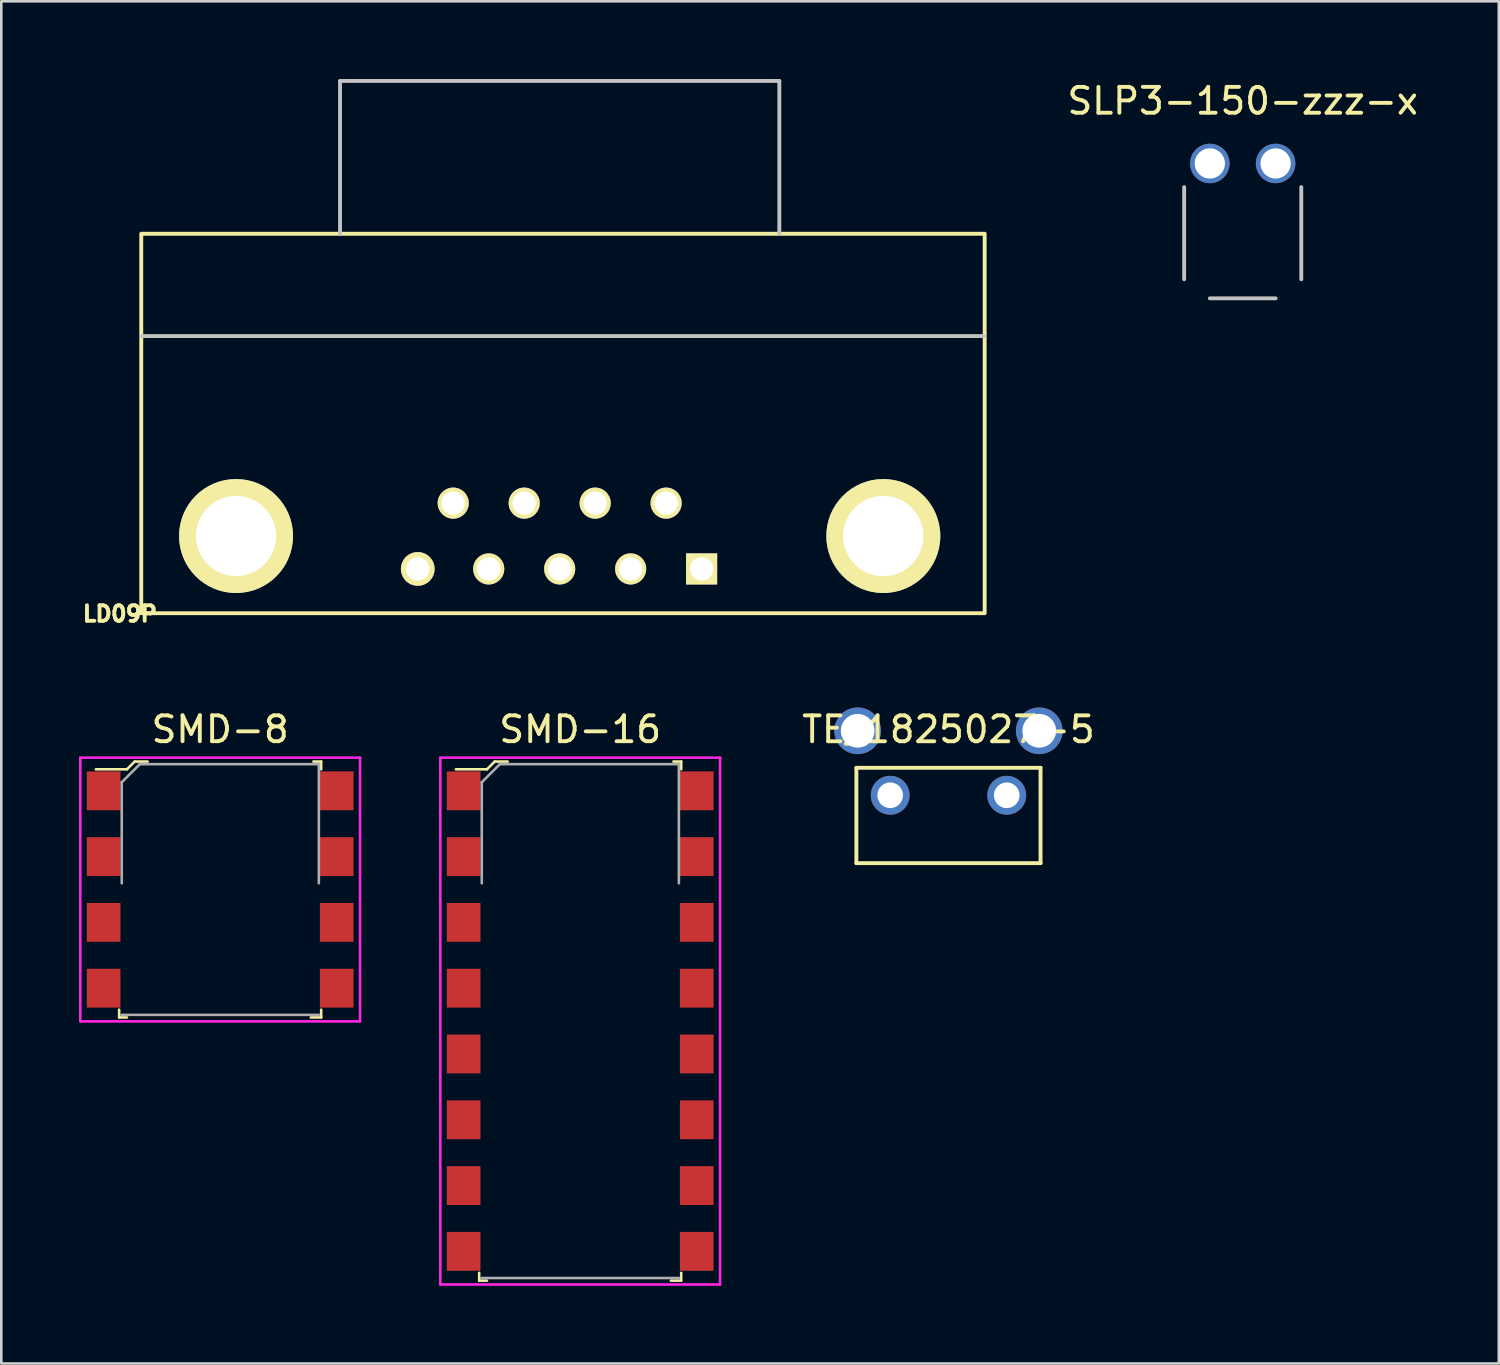
<source format=kicad_pcb>
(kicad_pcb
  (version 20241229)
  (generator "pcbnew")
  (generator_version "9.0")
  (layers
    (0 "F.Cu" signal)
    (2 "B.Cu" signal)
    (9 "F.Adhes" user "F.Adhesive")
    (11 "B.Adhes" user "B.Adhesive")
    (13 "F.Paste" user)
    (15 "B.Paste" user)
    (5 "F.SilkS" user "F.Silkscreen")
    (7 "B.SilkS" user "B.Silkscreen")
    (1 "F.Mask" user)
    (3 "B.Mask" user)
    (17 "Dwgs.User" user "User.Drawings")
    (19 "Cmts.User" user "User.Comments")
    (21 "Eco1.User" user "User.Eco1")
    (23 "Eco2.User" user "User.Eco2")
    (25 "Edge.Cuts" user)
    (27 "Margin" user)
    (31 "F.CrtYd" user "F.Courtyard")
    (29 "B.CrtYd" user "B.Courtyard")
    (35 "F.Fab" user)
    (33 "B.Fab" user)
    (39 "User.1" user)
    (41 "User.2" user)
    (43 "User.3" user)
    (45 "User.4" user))
  (footprint "TE_1825027-5"
    (layer "F.Cu")
    (at 33.568 27.654)
    (property "Reference" "TE_1825027-5" (at 0 -2.54 0) (layer "F.SilkS") (effects (font (size 1 1) (thickness 0.15))))
    (attr through_hole)
    (fp_line (start -3.555 -1.06) (end 3.555 -1.06) (stroke (width 0.15) (type solid)) (layer "F.SilkS"))
    (fp_line (start -3.555 2.62) (end -3.555 -1.06) (stroke (width 0.15) (type solid)) (layer "F.SilkS"))
    (fp_line (start -3.555 2.62) (end 3.555 2.62) (stroke (width 0.15) (type solid)) (layer "F.SilkS"))
    (fp_line (start 3.555 2.62) (end 3.555 -1.06) (stroke (width 0.15) (type solid)) (layer "F.SilkS"))
    (fp_line (start -1.775 2.62) (end -1.775 3.86) (stroke (width 0.15) (type solid)) (layer "Eco1.User"))
    (fp_line (start -1.755 3.86) (end 1.755 3.86) (stroke (width 0.15) (type solid)) (layer "Eco1.User"))
    (fp_line (start 1.755 2.62) (end 1.755 3.86) (stroke (width 0.15) (type solid)) (layer "Eco1.User"))
    (pad "" thru_hole circle (at -3.505 -2.49) (size 1.8 1.8) (drill 1.3) (layers "*.Cu" "*.Mask"))
    (pad "" thru_hole circle (at 3.505 -2.49) (size 1.8 1.8) (drill 1.3) (layers "*.Cu" "*.Mask"))
    (pad "1" thru_hole circle (at -2.25 0) (size 1.5 1.5) (drill 0.99) (layers "*.Cu" "*.Mask"))
    (pad "2" thru_hole circle (at 2.25 0) (size 1.5 1.5) (drill 0.99) (layers "*.Cu" "*.Mask")))
  (footprint "SMD-16"
    (layer "F.Cu")
    (at 19.35 28.752)
    (property "Reference" "SMD-16" (at 0 -3.64 0) (layer "F.SilkS") (effects (font (size 1 1) (thickness 0.15))))
    (attr through_hole)
    (fp_line (start -3.9 17.34) (end -3.9 17.64) (stroke (width 0.1) (type solid)) (layer "F.SilkS"))
    (fp_line (start -3.9 17.64) (end -3.6 17.64) (stroke (width 0.1) (type solid)) (layer "F.SilkS"))
    (fp_line (start -3.6 -2.1) (end -4.8 -2.1) (stroke (width 0.1) (type solid)) (layer "F.SilkS"))
    (fp_line (start -3.6 -2.1) (end -3.3 -2.4) (stroke (width 0.1) (type solid)) (layer "F.SilkS"))
    (fp_line (start -3.3 -2.4) (end -2.8 -2.4) (stroke (width 0.1) (type solid)) (layer "F.SilkS"))
    (fp_line (start 3.9 -2.4) (end 3.6 -2.4) (stroke (width 0.1) (type solid)) (layer "F.SilkS"))
    (fp_line (start 3.9 -2.1) (end 3.9 -2.4) (stroke (width 0.1) (type solid)) (layer "F.SilkS"))
    (fp_line (start 3.9 17.34) (end 3.9 17.64) (stroke (width 0.1) (type solid)) (layer "F.SilkS"))
    (fp_line (start 3.9 17.64) (end 3.5 17.64) (stroke (width 0.1) (type solid)) (layer "F.SilkS"))
    (fp_line (start -5.4 -2.55) (end 5.4 -2.55) (stroke (width 0.1) (type solid)) (layer "F.CrtYd"))
    (fp_line (start -5.4 17.79) (end -5.4 -2.55) (stroke (width 0.1) (type solid)) (layer "F.CrtYd"))
    (fp_line (start -5.4 17.79) (end 5.4 17.79) (stroke (width 0.1) (type solid)) (layer "F.CrtYd"))
    (fp_line (start 5.4 -2.55) (end 5.4 17.79) (stroke (width 0.1) (type solid)) (layer "F.CrtYd"))
    (fp_line (start -3.81 17.54) (end 3.81 17.54) (stroke (width 0.1) (type solid)) (layer "F.Fab"))
    (fp_line (start -3.8 -1.6) (end -3.8 2.3) (stroke (width 0.1) (type solid)) (layer "F.Fab"))
    (fp_line (start -3.8 -1.6) (end -3.1 -2.3) (stroke (width 0.1) (type solid)) (layer "F.Fab"))
    (fp_line (start -3.1 -2.3) (end 3.8 -2.3) (stroke (width 0.1) (type solid)) (layer "F.Fab"))
    (fp_line (start 3.81 -2.3) (end 3.81 2.3) (stroke (width 0.1) (type solid)) (layer "F.Fab"))
    (pad "1" smd rect (at -4.5 -1.27) (size 1.3 1.5) (layers "F.Cu" "F.Mask" "F.Paste"))
    (pad "2" smd rect (at -4.5 1.27) (size 1.3 1.5) (layers "F.Cu" "F.Mask" "F.Paste"))
    (pad "3" smd rect (at -4.5 3.81) (size 1.3 1.5) (layers "F.Cu" "F.Mask" "F.Paste"))
    (pad "4" smd rect (at -4.5 6.35) (size 1.3 1.5) (layers "F.Cu" "F.Mask" "F.Paste"))
    (pad "5" smd rect (at -4.5 8.89) (size 1.3 1.5) (layers "F.Cu" "F.Mask" "F.Paste"))
    (pad "6" smd rect (at -4.5 11.43) (size 1.3 1.5) (layers "F.Cu" "F.Mask" "F.Paste"))
    (pad "7" smd rect (at -4.5 13.97) (size 1.3 1.5) (layers "F.Cu" "F.Mask" "F.Paste"))
    (pad "8" smd rect (at -4.5 16.51) (size 1.3 1.5) (layers "F.Cu" "F.Mask" "F.Paste"))
    (pad "9" smd rect (at 4.5 16.51) (size 1.3 1.5) (layers "F.Cu" "F.Mask" "F.Paste"))
    (pad "10" smd rect (at 4.5 13.97) (size 1.3 1.5) (layers "F.Cu" "F.Mask" "F.Paste"))
    (pad "11" smd rect (at 4.5 11.43) (size 1.3 1.5) (layers "F.Cu" "F.Mask" "F.Paste"))
    (pad "12" smd rect (at 4.5 8.89) (size 1.3 1.5) (layers "F.Cu" "F.Mask" "F.Paste"))
    (pad "13" smd rect (at 4.5 6.35) (size 1.3 1.5) (layers "F.Cu" "F.Mask" "F.Paste"))
    (pad "14" smd rect (at 4.5 3.81) (size 1.3 1.5) (layers "F.Cu" "F.Mask" "F.Paste"))
    (pad "15" smd rect (at 4.5 1.27) (size 1.3 1.5) (layers "F.Cu" "F.Mask" "F.Paste"))
    (pad "16" smd rect (at 4.5 -1.27) (size 1.3 1.5) (layers "F.Cu" "F.Mask" "F.Paste")))
  (footprint "SLP3-150-zzz-x"
    (layer "F.Cu")
    (at 44.929 8.468)
    (property "Reference" "SLP3-150-zzz-x" (at 0 -7.62 0) (layer "F.SilkS") (effects (font (size 1 1) (thickness 0.15))))
    (attr through_hole)
    (fp_line (start -2.261 -4.293) (end -2.261 -0.737) (stroke (width 0.15) (type solid)) (layer "Dwgs.User"))
    (fp_line (start -1.27 0) (end 1.27 0) (stroke (width 0.15) (type solid)) (layer "Dwgs.User"))
    (fp_line (start 2.261 -4.293) (end 2.261 -0.737) (stroke (width 0.15) (type solid)) (layer "Dwgs.User"))
    (pad "1" thru_hole circle (at -1.27 -5.207) (size 1.524 1.524) (drill 1.168) (layers "*.Cu" "*.Mask"))
    (pad "2" thru_hole circle (at 1.27 -5.207) (size 1.524 1.524) (drill 1.168) (layers "*.Cu" "*.Mask")))
  (footprint "SMD-8"
    (layer "F.Cu")
    (at 5.45 28.752)
    (property "Reference" "SMD-8" (at 0 -3.64 0) (layer "F.SilkS") (effects (font (size 1 1) (thickness 0.15))))
    (attr through_hole)
    (fp_line (start -3.9 7.18) (end -3.9 7.48) (stroke (width 0.1) (type solid)) (layer "F.SilkS"))
    (fp_line (start -3.9 7.48) (end -3.6 7.48) (stroke (width 0.1) (type solid)) (layer "F.SilkS"))
    (fp_line (start -3.6 -2.1) (end -4.8 -2.1) (stroke (width 0.1) (type solid)) (layer "F.SilkS"))
    (fp_line (start -3.6 -2.1) (end -3.3 -2.4) (stroke (width 0.1) (type solid)) (layer "F.SilkS"))
    (fp_line (start -3.3 -2.4) (end -2.8 -2.4) (stroke (width 0.1) (type solid)) (layer "F.SilkS"))
    (fp_line (start 3.9 -2.4) (end 3.6 -2.4) (stroke (width 0.1) (type solid)) (layer "F.SilkS"))
    (fp_line (start 3.9 -2.1) (end 3.9 -2.4) (stroke (width 0.1) (type solid)) (layer "F.SilkS"))
    (fp_line (start 3.9 7.18) (end 3.9 7.48) (stroke (width 0.1) (type solid)) (layer "F.SilkS"))
    (fp_line (start 3.9 7.48) (end 3.5 7.48) (stroke (width 0.1) (type solid)) (layer "F.SilkS"))
    (fp_line (start -5.4 -2.55) (end 5.4 -2.55) (stroke (width 0.1) (type solid)) (layer "F.CrtYd"))
    (fp_line (start -5.4 7.63) (end -5.4 -2.55) (stroke (width 0.1) (type solid)) (layer "F.CrtYd"))
    (fp_line (start -5.4 7.63) (end 5.4 7.63) (stroke (width 0.1) (type solid)) (layer "F.CrtYd"))
    (fp_line (start 5.4 -2.55) (end 5.4 7.63) (stroke (width 0.1) (type solid)) (layer "F.CrtYd"))
    (fp_line (start -3.81 7.38) (end 3.81 7.38) (stroke (width 0.1) (type solid)) (layer "F.Fab"))
    (fp_line (start -3.8 -1.6) (end -3.8 2.3) (stroke (width 0.1) (type solid)) (layer "F.Fab"))
    (fp_line (start -3.8 -1.6) (end -3.1 -2.3) (stroke (width 0.1) (type solid)) (layer "F.Fab"))
    (fp_line (start -3.1 -2.3) (end 3.8 -2.3) (stroke (width 0.1) (type solid)) (layer "F.Fab"))
    (fp_line (start 3.81 -2.3) (end 3.81 2.3) (stroke (width 0.1) (type solid)) (layer "F.Fab"))
    (pad "1" smd rect (at -4.5 -1.27) (size 1.3 1.5) (layers "F.Cu" "F.Mask" "F.Paste"))
    (pad "2" smd rect (at -4.5 1.27) (size 1.3 1.5) (layers "F.Cu" "F.Mask" "F.Paste"))
    (pad "3" smd rect (at -4.5 3.81) (size 1.3 1.5) (layers "F.Cu" "F.Mask" "F.Paste"))
    (pad "4" smd rect (at -4.5 6.35) (size 1.3 1.5) (layers "F.Cu" "F.Mask" "F.Paste"))
    (pad "5" smd rect (at 4.5 6.35) (size 1.3 1.5) (layers "F.Cu" "F.Mask" "F.Paste"))
    (pad "6" smd rect (at 4.5 3.81) (size 1.3 1.5) (layers "F.Cu" "F.Mask" "F.Paste"))
    (pad "7" smd rect (at 4.5 1.27) (size 1.3 1.5) (layers "F.Cu" "F.Mask" "F.Paste"))
    (pad "8" smd rect (at 4.5 -1.27) (size 1.3 1.5) (layers "F.Cu" "F.Mask" "F.Paste")))
  (footprint "LD09P"
    (layer "F.Cu")
    (at 18.558 18.915)
    (property "Reference" "LD09P" (at -16.979 1.734 180) (layer "F.SilkS") (effects (font (size 0.6 0.6) (thickness 0.15))))
    (attr through_hole)
    (fp_line (start -16.154 1.71) (end -16.154 -12.94) (stroke (width 0.15) (type solid)) (layer "F.SilkS"))
    (fp_line (start -16.129 -12.94) (end 16.37 -12.94) (stroke (width 0.15) (type solid)) (layer "F.SilkS"))
    (fp_line (start -16.129 1.71) (end 16.383 1.71) (stroke (width 0.15) (type solid)) (layer "F.SilkS"))
    (fp_line (start 16.408 1.71) (end 16.408 -12.94) (stroke (width 0.15) (type solid)) (layer "F.SilkS"))
    (fp_line (start -16.129 -8.99) (end 16.37 -8.99) (stroke (width 0.15) (type solid)) (layer "Dwgs.User"))
    (fp_line (start -8.48 -18.84) (end 8.48 -18.84) (stroke (width 0.15) (type solid)) (layer "Dwgs.User"))
    (fp_line (start -8.48 -12.94) (end -8.48 -18.84) (stroke (width 0.15) (type solid)) (layer "Dwgs.User"))
    (fp_line (start 8.48 -12.94) (end 8.48 -18.84) (stroke (width 0.15) (type solid)) (layer "Dwgs.User"))
    (pad "" thru_hole circle (at -12.495 -1.27) (size 4.4 4.4) (drill 3.1) (layers "*.Cu" "*.Mask" "F.SilkS"))
    (pad "" thru_hole circle (at 12.495 -1.27) (size 4.4 4.4) (drill 3.1) (layers "*.Cu" "*.Mask" "F.SilkS"))
    (pad "1" thru_hole rect (at 5.48 0) (size 1.2 1.2) (drill 0.9) (layers "*.Cu" "*.Mask" "F.SilkS"))
    (pad "2" thru_hole circle (at 2.74 0) (size 1.2 1.2) (drill 0.9) (layers "*.Cu" "*.Mask" "F.SilkS"))
    (pad "3" thru_hole circle (at 0 0) (size 1.2 1.2) (drill 0.9) (layers "*.Cu" "*.Mask" "F.SilkS"))
    (pad "4" thru_hole circle (at -2.74 0) (size 1.2 1.2) (drill 0.9) (layers "*.Cu" "*.Mask" "F.SilkS"))
    (pad "5" thru_hole circle (at -5.48 0) (size 1.3 1.3) (drill 0.9) (layers "*.Cu" "*.Mask" "F.SilkS"))
    (pad "6" thru_hole circle (at 4.11 -2.54) (size 1.2 1.2) (drill 0.9) (layers "*.Cu" "*.Mask" "F.SilkS"))
    (pad "7" thru_hole circle (at 1.37 -2.54) (size 1.2 1.2) (drill 0.9) (layers "*.Cu" "*.Mask" "F.SilkS"))
    (pad "8" thru_hole circle (at -1.37 -2.54) (size 1.2 1.2) (drill 0.9) (layers "*.Cu" "*.Mask" "F.SilkS"))
    (pad "9" thru_hole circle (at -4.11 -2.54) (size 1.2 1.2) (drill 0.9) (layers "*.Cu" "*.Mask" "F.SilkS")))
  (gr_rect
    (start -3 -3)
    (end 54.816 49.592)
    (stroke (width 0.1) (type default))
    (fill no)
    (layer "Edge.Cuts")))
</source>
